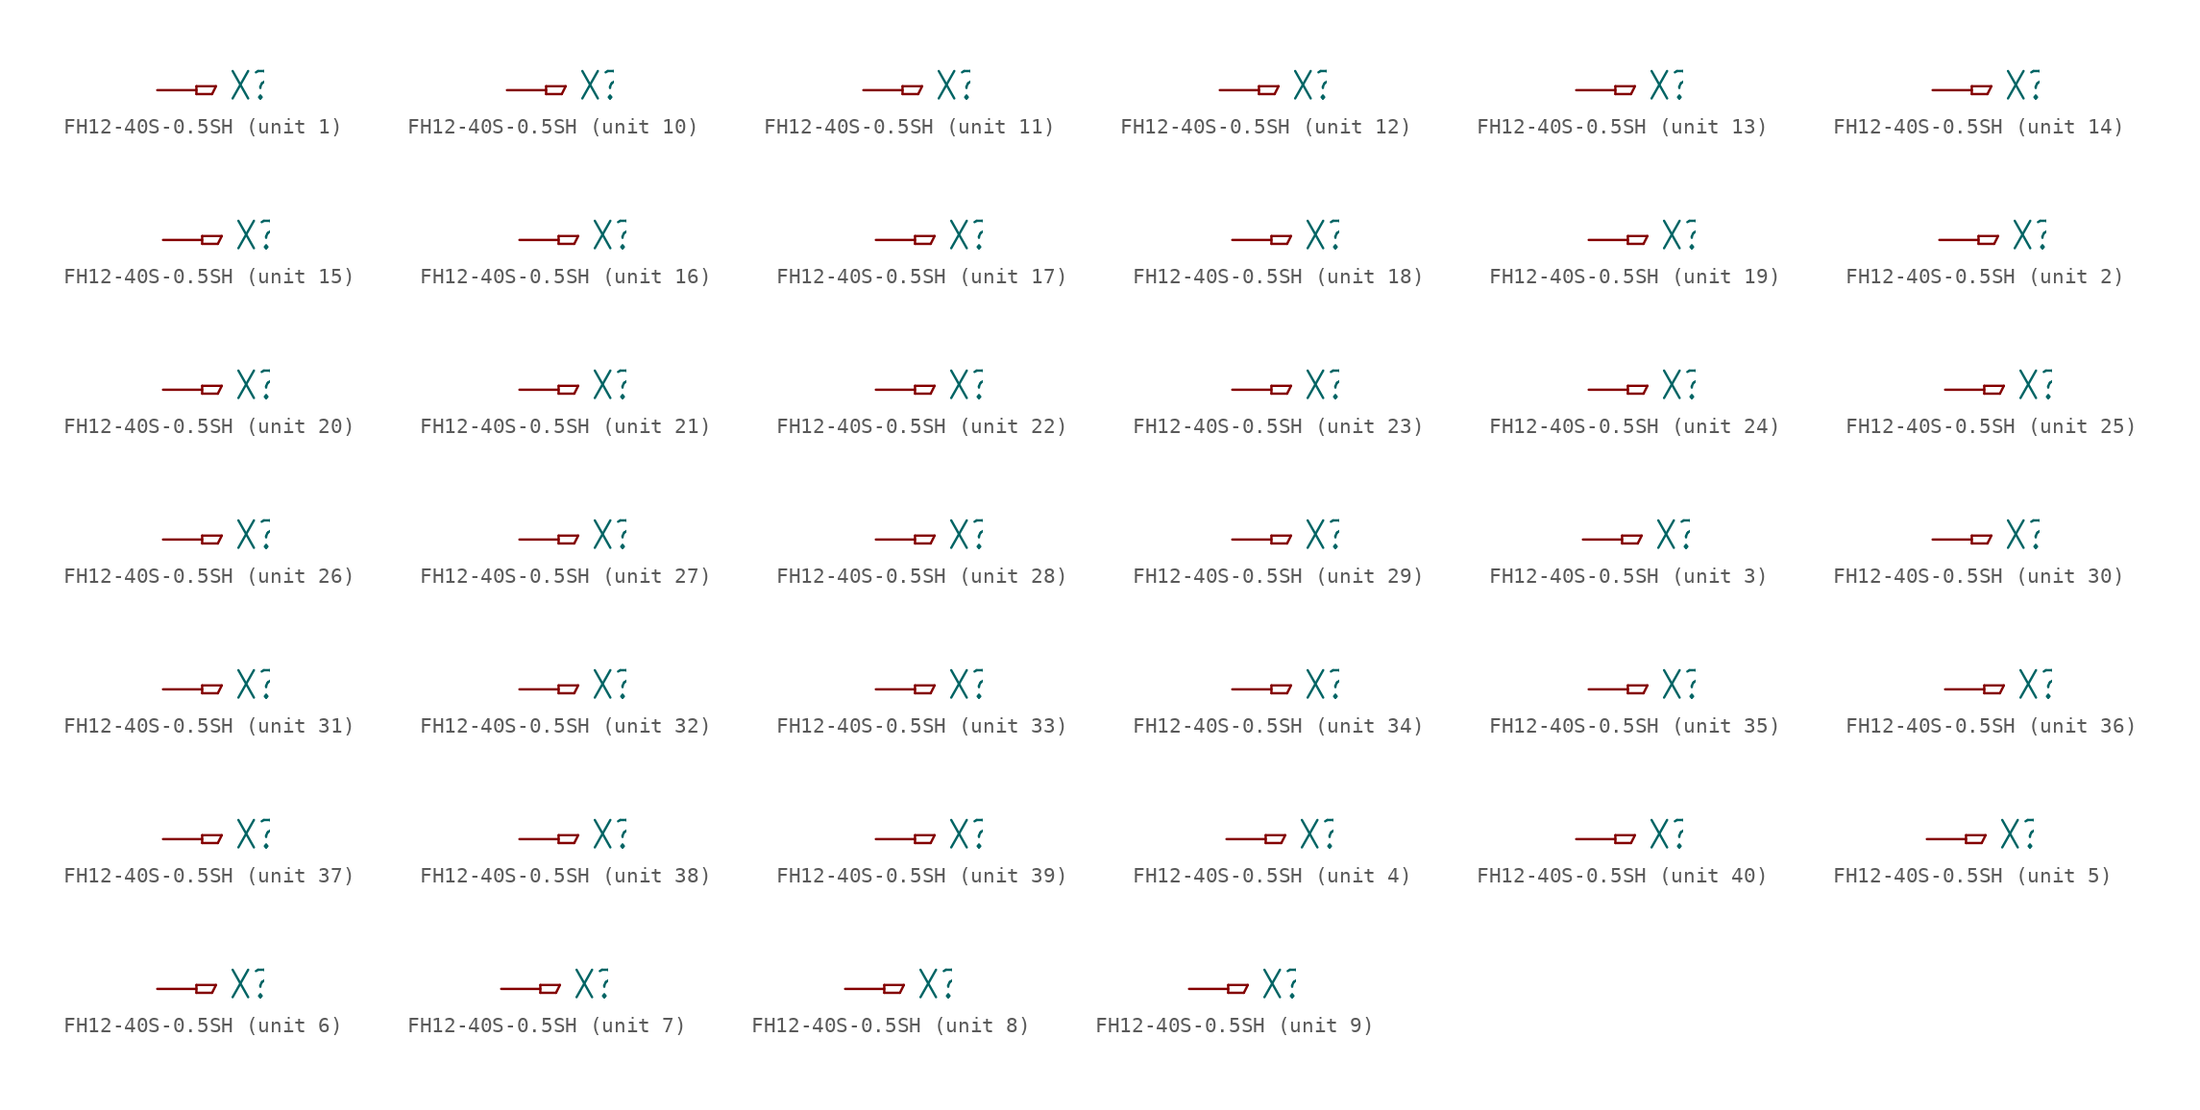
<source format=kicad_sym>
(kicad_symbol_lib
  (version 20211014)
  (generator kicad_symbol_editor)
  (symbol "FH12-40S-0.5SH"
    (property "Reference" "X"
      (at 2.032 -0.762 0)
      (effects (font (size 1.778 1.511)) (justify left bottom)))
    (property "ki_locked" ""
      (at 0 0 0)
      (effects (font (size 1.27 1.27))))
    (symbol "FH12-40S-0.5SH_1_0"
      (polyline (pts (xy 0 -0.254) (xy 1.016 -0.254)) (stroke (width 0.152) (type default) (color 0 0 0 0)) (fill (type none)))
      (polyline (pts (xy 0 0.254) (xy 0 -0.254)) (stroke (width 0.152) (type default) (color 0 0 0 0)) (fill (type none)))
      (polyline (pts (xy 1.016 -0.254) (xy 1.27 0.254)) (stroke (width 0.152) (type default) (color 0 0 0 0)) (fill (type none)))
      (polyline (pts (xy 1.27 0.254) (xy 0 0.254)) (stroke (width 0.152) (type default) (color 0 0 0 0)) (fill (type none)))
      (pin passive line (at -2.54 0 0) (length 2.54) (name "1" (effects (font (size 0 0)))) (number "1" (effects (font (size 0 0))))))
    (symbol "FH12-40S-0.5SH_2_0"
      (polyline (pts (xy 0 -0.254) (xy 1.016 -0.254)) (stroke (width 0.152) (type default) (color 0 0 0 0)) (fill (type none)))
      (polyline (pts (xy 0 0.254) (xy 0 -0.254)) (stroke (width 0.152) (type default) (color 0 0 0 0)) (fill (type none)))
      (polyline (pts (xy 1.016 -0.254) (xy 1.27 0.254)) (stroke (width 0.152) (type default) (color 0 0 0 0)) (fill (type none)))
      (polyline (pts (xy 1.27 0.254) (xy 0 0.254)) (stroke (width 0.152) (type default) (color 0 0 0 0)) (fill (type none)))
      (pin passive line (at -2.54 0 0) (length 2.54) (name "1" (effects (font (size 0 0)))) (number "2" (effects (font (size 0 0))))))
    (symbol "FH12-40S-0.5SH_3_0"
      (polyline (pts (xy 0 -0.254) (xy 1.016 -0.254)) (stroke (width 0.152) (type default) (color 0 0 0 0)) (fill (type none)))
      (polyline (pts (xy 0 0.254) (xy 0 -0.254)) (stroke (width 0.152) (type default) (color 0 0 0 0)) (fill (type none)))
      (polyline (pts (xy 1.016 -0.254) (xy 1.27 0.254)) (stroke (width 0.152) (type default) (color 0 0 0 0)) (fill (type none)))
      (polyline (pts (xy 1.27 0.254) (xy 0 0.254)) (stroke (width 0.152) (type default) (color 0 0 0 0)) (fill (type none)))
      (pin passive line (at -2.54 0 0) (length 2.54) (name "1" (effects (font (size 0 0)))) (number "3" (effects (font (size 0 0))))))
    (symbol "FH12-40S-0.5SH_4_0"
      (polyline (pts (xy 0 -0.254) (xy 1.016 -0.254)) (stroke (width 0.152) (type default) (color 0 0 0 0)) (fill (type none)))
      (polyline (pts (xy 0 0.254) (xy 0 -0.254)) (stroke (width 0.152) (type default) (color 0 0 0 0)) (fill (type none)))
      (polyline (pts (xy 1.016 -0.254) (xy 1.27 0.254)) (stroke (width 0.152) (type default) (color 0 0 0 0)) (fill (type none)))
      (polyline (pts (xy 1.27 0.254) (xy 0 0.254)) (stroke (width 0.152) (type default) (color 0 0 0 0)) (fill (type none)))
      (pin passive line (at -2.54 0 0) (length 2.54) (name "1" (effects (font (size 0 0)))) (number "4" (effects (font (size 0 0))))))
    (symbol "FH12-40S-0.5SH_5_0"
      (polyline (pts (xy 0 -0.254) (xy 1.016 -0.254)) (stroke (width 0.152) (type default) (color 0 0 0 0)) (fill (type none)))
      (polyline (pts (xy 0 0.254) (xy 0 -0.254)) (stroke (width 0.152) (type default) (color 0 0 0 0)) (fill (type none)))
      (polyline (pts (xy 1.016 -0.254) (xy 1.27 0.254)) (stroke (width 0.152) (type default) (color 0 0 0 0)) (fill (type none)))
      (polyline (pts (xy 1.27 0.254) (xy 0 0.254)) (stroke (width 0.152) (type default) (color 0 0 0 0)) (fill (type none)))
      (pin passive line (at -2.54 0 0) (length 2.54) (name "1" (effects (font (size 0 0)))) (number "5" (effects (font (size 0 0))))))
    (symbol "FH12-40S-0.5SH_6_0"
      (polyline (pts (xy 0 -0.254) (xy 1.016 -0.254)) (stroke (width 0.152) (type default) (color 0 0 0 0)) (fill (type none)))
      (polyline (pts (xy 0 0.254) (xy 0 -0.254)) (stroke (width 0.152) (type default) (color 0 0 0 0)) (fill (type none)))
      (polyline (pts (xy 1.016 -0.254) (xy 1.27 0.254)) (stroke (width 0.152) (type default) (color 0 0 0 0)) (fill (type none)))
      (polyline (pts (xy 1.27 0.254) (xy 0 0.254)) (stroke (width 0.152) (type default) (color 0 0 0 0)) (fill (type none)))
      (pin passive line (at -2.54 0 0) (length 2.54) (name "1" (effects (font (size 0 0)))) (number "6" (effects (font (size 0 0))))))
    (symbol "FH12-40S-0.5SH_7_0"
      (polyline (pts (xy 0 -0.254) (xy 1.016 -0.254)) (stroke (width 0.152) (type default) (color 0 0 0 0)) (fill (type none)))
      (polyline (pts (xy 0 0.254) (xy 0 -0.254)) (stroke (width 0.152) (type default) (color 0 0 0 0)) (fill (type none)))
      (polyline (pts (xy 1.016 -0.254) (xy 1.27 0.254)) (stroke (width 0.152) (type default) (color 0 0 0 0)) (fill (type none)))
      (polyline (pts (xy 1.27 0.254) (xy 0 0.254)) (stroke (width 0.152) (type default) (color 0 0 0 0)) (fill (type none)))
      (pin passive line (at -2.54 0 0) (length 2.54) (name "1" (effects (font (size 0 0)))) (number "7" (effects (font (size 0 0))))))
    (symbol "FH12-40S-0.5SH_8_0"
      (polyline (pts (xy 0 -0.254) (xy 1.016 -0.254)) (stroke (width 0.152) (type default) (color 0 0 0 0)) (fill (type none)))
      (polyline (pts (xy 0 0.254) (xy 0 -0.254)) (stroke (width 0.152) (type default) (color 0 0 0 0)) (fill (type none)))
      (polyline (pts (xy 1.016 -0.254) (xy 1.27 0.254)) (stroke (width 0.152) (type default) (color 0 0 0 0)) (fill (type none)))
      (polyline (pts (xy 1.27 0.254) (xy 0 0.254)) (stroke (width 0.152) (type default) (color 0 0 0 0)) (fill (type none)))
      (pin passive line (at -2.54 0 0) (length 2.54) (name "1" (effects (font (size 0 0)))) (number "8" (effects (font (size 0 0))))))
    (symbol "FH12-40S-0.5SH_9_0"
      (polyline (pts (xy 0 -0.254) (xy 1.016 -0.254)) (stroke (width 0.152) (type default) (color 0 0 0 0)) (fill (type none)))
      (polyline (pts (xy 0 0.254) (xy 0 -0.254)) (stroke (width 0.152) (type default) (color 0 0 0 0)) (fill (type none)))
      (polyline (pts (xy 1.016 -0.254) (xy 1.27 0.254)) (stroke (width 0.152) (type default) (color 0 0 0 0)) (fill (type none)))
      (polyline (pts (xy 1.27 0.254) (xy 0 0.254)) (stroke (width 0.152) (type default) (color 0 0 0 0)) (fill (type none)))
      (pin passive line (at -2.54 0 0) (length 2.54) (name "1" (effects (font (size 0 0)))) (number "9" (effects (font (size 0 0))))))
    (symbol "FH12-40S-0.5SH_10_0"
      (polyline (pts (xy 0 -0.254) (xy 1.016 -0.254)) (stroke (width 0.152) (type default) (color 0 0 0 0)) (fill (type none)))
      (polyline (pts (xy 0 0.254) (xy 0 -0.254)) (stroke (width 0.152) (type default) (color 0 0 0 0)) (fill (type none)))
      (polyline (pts (xy 1.016 -0.254) (xy 1.27 0.254)) (stroke (width 0.152) (type default) (color 0 0 0 0)) (fill (type none)))
      (polyline (pts (xy 1.27 0.254) (xy 0 0.254)) (stroke (width 0.152) (type default) (color 0 0 0 0)) (fill (type none)))
      (pin passive line (at -2.54 0 0) (length 2.54) (name "1" (effects (font (size 0 0)))) (number "10" (effects (font (size 0 0))))))
    (symbol "FH12-40S-0.5SH_11_0"
      (polyline (pts (xy 0 -0.254) (xy 1.016 -0.254)) (stroke (width 0.152) (type default) (color 0 0 0 0)) (fill (type none)))
      (polyline (pts (xy 0 0.254) (xy 0 -0.254)) (stroke (width 0.152) (type default) (color 0 0 0 0)) (fill (type none)))
      (polyline (pts (xy 1.016 -0.254) (xy 1.27 0.254)) (stroke (width 0.152) (type default) (color 0 0 0 0)) (fill (type none)))
      (polyline (pts (xy 1.27 0.254) (xy 0 0.254)) (stroke (width 0.152) (type default) (color 0 0 0 0)) (fill (type none)))
      (pin passive line (at -2.54 0 0) (length 2.54) (name "1" (effects (font (size 0 0)))) (number "11" (effects (font (size 0 0))))))
    (symbol "FH12-40S-0.5SH_12_0"
      (polyline (pts (xy 0 -0.254) (xy 1.016 -0.254)) (stroke (width 0.152) (type default) (color 0 0 0 0)) (fill (type none)))
      (polyline (pts (xy 0 0.254) (xy 0 -0.254)) (stroke (width 0.152) (type default) (color 0 0 0 0)) (fill (type none)))
      (polyline (pts (xy 1.016 -0.254) (xy 1.27 0.254)) (stroke (width 0.152) (type default) (color 0 0 0 0)) (fill (type none)))
      (polyline (pts (xy 1.27 0.254) (xy 0 0.254)) (stroke (width 0.152) (type default) (color 0 0 0 0)) (fill (type none)))
      (pin passive line (at -2.54 0 0) (length 2.54) (name "1" (effects (font (size 0 0)))) (number "12" (effects (font (size 0 0))))))
    (symbol "FH12-40S-0.5SH_13_0"
      (polyline (pts (xy 0 -0.254) (xy 1.016 -0.254)) (stroke (width 0.152) (type default) (color 0 0 0 0)) (fill (type none)))
      (polyline (pts (xy 0 0.254) (xy 0 -0.254)) (stroke (width 0.152) (type default) (color 0 0 0 0)) (fill (type none)))
      (polyline (pts (xy 1.016 -0.254) (xy 1.27 0.254)) (stroke (width 0.152) (type default) (color 0 0 0 0)) (fill (type none)))
      (polyline (pts (xy 1.27 0.254) (xy 0 0.254)) (stroke (width 0.152) (type default) (color 0 0 0 0)) (fill (type none)))
      (pin passive line (at -2.54 0 0) (length 2.54) (name "1" (effects (font (size 0 0)))) (number "13" (effects (font (size 0 0))))))
    (symbol "FH12-40S-0.5SH_14_0"
      (polyline (pts (xy 0 -0.254) (xy 1.016 -0.254)) (stroke (width 0.152) (type default) (color 0 0 0 0)) (fill (type none)))
      (polyline (pts (xy 0 0.254) (xy 0 -0.254)) (stroke (width 0.152) (type default) (color 0 0 0 0)) (fill (type none)))
      (polyline (pts (xy 1.016 -0.254) (xy 1.27 0.254)) (stroke (width 0.152) (type default) (color 0 0 0 0)) (fill (type none)))
      (polyline (pts (xy 1.27 0.254) (xy 0 0.254)) (stroke (width 0.152) (type default) (color 0 0 0 0)) (fill (type none)))
      (pin passive line (at -2.54 0 0) (length 2.54) (name "1" (effects (font (size 0 0)))) (number "14" (effects (font (size 0 0))))))
    (symbol "FH12-40S-0.5SH_15_0"
      (polyline (pts (xy 0 -0.254) (xy 1.016 -0.254)) (stroke (width 0.152) (type default) (color 0 0 0 0)) (fill (type none)))
      (polyline (pts (xy 0 0.254) (xy 0 -0.254)) (stroke (width 0.152) (type default) (color 0 0 0 0)) (fill (type none)))
      (polyline (pts (xy 1.016 -0.254) (xy 1.27 0.254)) (stroke (width 0.152) (type default) (color 0 0 0 0)) (fill (type none)))
      (polyline (pts (xy 1.27 0.254) (xy 0 0.254)) (stroke (width 0.152) (type default) (color 0 0 0 0)) (fill (type none)))
      (pin passive line (at -2.54 0 0) (length 2.54) (name "1" (effects (font (size 0 0)))) (number "15" (effects (font (size 0 0))))))
    (symbol "FH12-40S-0.5SH_16_0"
      (polyline (pts (xy 0 -0.254) (xy 1.016 -0.254)) (stroke (width 0.152) (type default) (color 0 0 0 0)) (fill (type none)))
      (polyline (pts (xy 0 0.254) (xy 0 -0.254)) (stroke (width 0.152) (type default) (color 0 0 0 0)) (fill (type none)))
      (polyline (pts (xy 1.016 -0.254) (xy 1.27 0.254)) (stroke (width 0.152) (type default) (color 0 0 0 0)) (fill (type none)))
      (polyline (pts (xy 1.27 0.254) (xy 0 0.254)) (stroke (width 0.152) (type default) (color 0 0 0 0)) (fill (type none)))
      (pin passive line (at -2.54 0 0) (length 2.54) (name "1" (effects (font (size 0 0)))) (number "16" (effects (font (size 0 0))))))
    (symbol "FH12-40S-0.5SH_17_0"
      (polyline (pts (xy 0 -0.254) (xy 1.016 -0.254)) (stroke (width 0.152) (type default) (color 0 0 0 0)) (fill (type none)))
      (polyline (pts (xy 0 0.254) (xy 0 -0.254)) (stroke (width 0.152) (type default) (color 0 0 0 0)) (fill (type none)))
      (polyline (pts (xy 1.016 -0.254) (xy 1.27 0.254)) (stroke (width 0.152) (type default) (color 0 0 0 0)) (fill (type none)))
      (polyline (pts (xy 1.27 0.254) (xy 0 0.254)) (stroke (width 0.152) (type default) (color 0 0 0 0)) (fill (type none)))
      (pin passive line (at -2.54 0 0) (length 2.54) (name "1" (effects (font (size 0 0)))) (number "17" (effects (font (size 0 0))))))
    (symbol "FH12-40S-0.5SH_18_0"
      (polyline (pts (xy 0 -0.254) (xy 1.016 -0.254)) (stroke (width 0.152) (type default) (color 0 0 0 0)) (fill (type none)))
      (polyline (pts (xy 0 0.254) (xy 0 -0.254)) (stroke (width 0.152) (type default) (color 0 0 0 0)) (fill (type none)))
      (polyline (pts (xy 1.016 -0.254) (xy 1.27 0.254)) (stroke (width 0.152) (type default) (color 0 0 0 0)) (fill (type none)))
      (polyline (pts (xy 1.27 0.254) (xy 0 0.254)) (stroke (width 0.152) (type default) (color 0 0 0 0)) (fill (type none)))
      (pin passive line (at -2.54 0 0) (length 2.54) (name "1" (effects (font (size 0 0)))) (number "18" (effects (font (size 0 0))))))
    (symbol "FH12-40S-0.5SH_19_0"
      (polyline (pts (xy 0 -0.254) (xy 1.016 -0.254)) (stroke (width 0.152) (type default) (color 0 0 0 0)) (fill (type none)))
      (polyline (pts (xy 0 0.254) (xy 0 -0.254)) (stroke (width 0.152) (type default) (color 0 0 0 0)) (fill (type none)))
      (polyline (pts (xy 1.016 -0.254) (xy 1.27 0.254)) (stroke (width 0.152) (type default) (color 0 0 0 0)) (fill (type none)))
      (polyline (pts (xy 1.27 0.254) (xy 0 0.254)) (stroke (width 0.152) (type default) (color 0 0 0 0)) (fill (type none)))
      (pin passive line (at -2.54 0 0) (length 2.54) (name "1" (effects (font (size 0 0)))) (number "19" (effects (font (size 0 0))))))
    (symbol "FH12-40S-0.5SH_20_0"
      (polyline (pts (xy 0 -0.254) (xy 1.016 -0.254)) (stroke (width 0.152) (type default) (color 0 0 0 0)) (fill (type none)))
      (polyline (pts (xy 0 0.254) (xy 0 -0.254)) (stroke (width 0.152) (type default) (color 0 0 0 0)) (fill (type none)))
      (polyline (pts (xy 1.016 -0.254) (xy 1.27 0.254)) (stroke (width 0.152) (type default) (color 0 0 0 0)) (fill (type none)))
      (polyline (pts (xy 1.27 0.254) (xy 0 0.254)) (stroke (width 0.152) (type default) (color 0 0 0 0)) (fill (type none)))
      (pin passive line (at -2.54 0 0) (length 2.54) (name "1" (effects (font (size 0 0)))) (number "20" (effects (font (size 0 0))))))
    (symbol "FH12-40S-0.5SH_21_0"
      (polyline (pts (xy 0 -0.254) (xy 1.016 -0.254)) (stroke (width 0.152) (type default) (color 0 0 0 0)) (fill (type none)))
      (polyline (pts (xy 0 0.254) (xy 0 -0.254)) (stroke (width 0.152) (type default) (color 0 0 0 0)) (fill (type none)))
      (polyline (pts (xy 1.016 -0.254) (xy 1.27 0.254)) (stroke (width 0.152) (type default) (color 0 0 0 0)) (fill (type none)))
      (polyline (pts (xy 1.27 0.254) (xy 0 0.254)) (stroke (width 0.152) (type default) (color 0 0 0 0)) (fill (type none)))
      (pin passive line (at -2.54 0 0) (length 2.54) (name "1" (effects (font (size 0 0)))) (number "21" (effects (font (size 0 0))))))
    (symbol "FH12-40S-0.5SH_22_0"
      (polyline (pts (xy 0 -0.254) (xy 1.016 -0.254)) (stroke (width 0.152) (type default) (color 0 0 0 0)) (fill (type none)))
      (polyline (pts (xy 0 0.254) (xy 0 -0.254)) (stroke (width 0.152) (type default) (color 0 0 0 0)) (fill (type none)))
      (polyline (pts (xy 1.016 -0.254) (xy 1.27 0.254)) (stroke (width 0.152) (type default) (color 0 0 0 0)) (fill (type none)))
      (polyline (pts (xy 1.27 0.254) (xy 0 0.254)) (stroke (width 0.152) (type default) (color 0 0 0 0)) (fill (type none)))
      (pin passive line (at -2.54 0 0) (length 2.54) (name "1" (effects (font (size 0 0)))) (number "22" (effects (font (size 0 0))))))
    (symbol "FH12-40S-0.5SH_23_0"
      (polyline (pts (xy 0 -0.254) (xy 1.016 -0.254)) (stroke (width 0.152) (type default) (color 0 0 0 0)) (fill (type none)))
      (polyline (pts (xy 0 0.254) (xy 0 -0.254)) (stroke (width 0.152) (type default) (color 0 0 0 0)) (fill (type none)))
      (polyline (pts (xy 1.016 -0.254) (xy 1.27 0.254)) (stroke (width 0.152) (type default) (color 0 0 0 0)) (fill (type none)))
      (polyline (pts (xy 1.27 0.254) (xy 0 0.254)) (stroke (width 0.152) (type default) (color 0 0 0 0)) (fill (type none)))
      (pin passive line (at -2.54 0 0) (length 2.54) (name "1" (effects (font (size 0 0)))) (number "23" (effects (font (size 0 0))))))
    (symbol "FH12-40S-0.5SH_24_0"
      (polyline (pts (xy 0 -0.254) (xy 1.016 -0.254)) (stroke (width 0.152) (type default) (color 0 0 0 0)) (fill (type none)))
      (polyline (pts (xy 0 0.254) (xy 0 -0.254)) (stroke (width 0.152) (type default) (color 0 0 0 0)) (fill (type none)))
      (polyline (pts (xy 1.016 -0.254) (xy 1.27 0.254)) (stroke (width 0.152) (type default) (color 0 0 0 0)) (fill (type none)))
      (polyline (pts (xy 1.27 0.254) (xy 0 0.254)) (stroke (width 0.152) (type default) (color 0 0 0 0)) (fill (type none)))
      (pin passive line (at -2.54 0 0) (length 2.54) (name "1" (effects (font (size 0 0)))) (number "24" (effects (font (size 0 0))))))
    (symbol "FH12-40S-0.5SH_25_0"
      (polyline (pts (xy 0 -0.254) (xy 1.016 -0.254)) (stroke (width 0.152) (type default) (color 0 0 0 0)) (fill (type none)))
      (polyline (pts (xy 0 0.254) (xy 0 -0.254)) (stroke (width 0.152) (type default) (color 0 0 0 0)) (fill (type none)))
      (polyline (pts (xy 1.016 -0.254) (xy 1.27 0.254)) (stroke (width 0.152) (type default) (color 0 0 0 0)) (fill (type none)))
      (polyline (pts (xy 1.27 0.254) (xy 0 0.254)) (stroke (width 0.152) (type default) (color 0 0 0 0)) (fill (type none)))
      (pin passive line (at -2.54 0 0) (length 2.54) (name "1" (effects (font (size 0 0)))) (number "25" (effects (font (size 0 0))))))
    (symbol "FH12-40S-0.5SH_26_0"
      (polyline (pts (xy 0 -0.254) (xy 1.016 -0.254)) (stroke (width 0.152) (type default) (color 0 0 0 0)) (fill (type none)))
      (polyline (pts (xy 0 0.254) (xy 0 -0.254)) (stroke (width 0.152) (type default) (color 0 0 0 0)) (fill (type none)))
      (polyline (pts (xy 1.016 -0.254) (xy 1.27 0.254)) (stroke (width 0.152) (type default) (color 0 0 0 0)) (fill (type none)))
      (polyline (pts (xy 1.27 0.254) (xy 0 0.254)) (stroke (width 0.152) (type default) (color 0 0 0 0)) (fill (type none)))
      (pin passive line (at -2.54 0 0) (length 2.54) (name "1" (effects (font (size 0 0)))) (number "26" (effects (font (size 0 0))))))
    (symbol "FH12-40S-0.5SH_27_0"
      (polyline (pts (xy 0 -0.254) (xy 1.016 -0.254)) (stroke (width 0.152) (type default) (color 0 0 0 0)) (fill (type none)))
      (polyline (pts (xy 0 0.254) (xy 0 -0.254)) (stroke (width 0.152) (type default) (color 0 0 0 0)) (fill (type none)))
      (polyline (pts (xy 1.016 -0.254) (xy 1.27 0.254)) (stroke (width 0.152) (type default) (color 0 0 0 0)) (fill (type none)))
      (polyline (pts (xy 1.27 0.254) (xy 0 0.254)) (stroke (width 0.152) (type default) (color 0 0 0 0)) (fill (type none)))
      (pin passive line (at -2.54 0 0) (length 2.54) (name "1" (effects (font (size 0 0)))) (number "27" (effects (font (size 0 0))))))
    (symbol "FH12-40S-0.5SH_28_0"
      (polyline (pts (xy 0 -0.254) (xy 1.016 -0.254)) (stroke (width 0.152) (type default) (color 0 0 0 0)) (fill (type none)))
      (polyline (pts (xy 0 0.254) (xy 0 -0.254)) (stroke (width 0.152) (type default) (color 0 0 0 0)) (fill (type none)))
      (polyline (pts (xy 1.016 -0.254) (xy 1.27 0.254)) (stroke (width 0.152) (type default) (color 0 0 0 0)) (fill (type none)))
      (polyline (pts (xy 1.27 0.254) (xy 0 0.254)) (stroke (width 0.152) (type default) (color 0 0 0 0)) (fill (type none)))
      (pin passive line (at -2.54 0 0) (length 2.54) (name "1" (effects (font (size 0 0)))) (number "28" (effects (font (size 0 0))))))
    (symbol "FH12-40S-0.5SH_29_0"
      (polyline (pts (xy 0 -0.254) (xy 1.016 -0.254)) (stroke (width 0.152) (type default) (color 0 0 0 0)) (fill (type none)))
      (polyline (pts (xy 0 0.254) (xy 0 -0.254)) (stroke (width 0.152) (type default) (color 0 0 0 0)) (fill (type none)))
      (polyline (pts (xy 1.016 -0.254) (xy 1.27 0.254)) (stroke (width 0.152) (type default) (color 0 0 0 0)) (fill (type none)))
      (polyline (pts (xy 1.27 0.254) (xy 0 0.254)) (stroke (width 0.152) (type default) (color 0 0 0 0)) (fill (type none)))
      (pin passive line (at -2.54 0 0) (length 2.54) (name "1" (effects (font (size 0 0)))) (number "29" (effects (font (size 0 0))))))
    (symbol "FH12-40S-0.5SH_30_0"
      (polyline (pts (xy 0 -0.254) (xy 1.016 -0.254)) (stroke (width 0.152) (type default) (color 0 0 0 0)) (fill (type none)))
      (polyline (pts (xy 0 0.254) (xy 0 -0.254)) (stroke (width 0.152) (type default) (color 0 0 0 0)) (fill (type none)))
      (polyline (pts (xy 1.016 -0.254) (xy 1.27 0.254)) (stroke (width 0.152) (type default) (color 0 0 0 0)) (fill (type none)))
      (polyline (pts (xy 1.27 0.254) (xy 0 0.254)) (stroke (width 0.152) (type default) (color 0 0 0 0)) (fill (type none)))
      (pin passive line (at -2.54 0 0) (length 2.54) (name "1" (effects (font (size 0 0)))) (number "30" (effects (font (size 0 0))))))
    (symbol "FH12-40S-0.5SH_31_0"
      (polyline (pts (xy 0 -0.254) (xy 1.016 -0.254)) (stroke (width 0.152) (type default) (color 0 0 0 0)) (fill (type none)))
      (polyline (pts (xy 0 0.254) (xy 0 -0.254)) (stroke (width 0.152) (type default) (color 0 0 0 0)) (fill (type none)))
      (polyline (pts (xy 1.016 -0.254) (xy 1.27 0.254)) (stroke (width 0.152) (type default) (color 0 0 0 0)) (fill (type none)))
      (polyline (pts (xy 1.27 0.254) (xy 0 0.254)) (stroke (width 0.152) (type default) (color 0 0 0 0)) (fill (type none)))
      (pin passive line (at -2.54 0 0) (length 2.54) (name "1" (effects (font (size 0 0)))) (number "31" (effects (font (size 0 0))))))
    (symbol "FH12-40S-0.5SH_32_0"
      (polyline (pts (xy 0 -0.254) (xy 1.016 -0.254)) (stroke (width 0.152) (type default) (color 0 0 0 0)) (fill (type none)))
      (polyline (pts (xy 0 0.254) (xy 0 -0.254)) (stroke (width 0.152) (type default) (color 0 0 0 0)) (fill (type none)))
      (polyline (pts (xy 1.016 -0.254) (xy 1.27 0.254)) (stroke (width 0.152) (type default) (color 0 0 0 0)) (fill (type none)))
      (polyline (pts (xy 1.27 0.254) (xy 0 0.254)) (stroke (width 0.152) (type default) (color 0 0 0 0)) (fill (type none)))
      (pin passive line (at -2.54 0 0) (length 2.54) (name "1" (effects (font (size 0 0)))) (number "32" (effects (font (size 0 0))))))
    (symbol "FH12-40S-0.5SH_33_0"
      (polyline (pts (xy 0 -0.254) (xy 1.016 -0.254)) (stroke (width 0.152) (type default) (color 0 0 0 0)) (fill (type none)))
      (polyline (pts (xy 0 0.254) (xy 0 -0.254)) (stroke (width 0.152) (type default) (color 0 0 0 0)) (fill (type none)))
      (polyline (pts (xy 1.016 -0.254) (xy 1.27 0.254)) (stroke (width 0.152) (type default) (color 0 0 0 0)) (fill (type none)))
      (polyline (pts (xy 1.27 0.254) (xy 0 0.254)) (stroke (width 0.152) (type default) (color 0 0 0 0)) (fill (type none)))
      (pin passive line (at -2.54 0 0) (length 2.54) (name "1" (effects (font (size 0 0)))) (number "33" (effects (font (size 0 0))))))
    (symbol "FH12-40S-0.5SH_34_0"
      (polyline (pts (xy 0 -0.254) (xy 1.016 -0.254)) (stroke (width 0.152) (type default) (color 0 0 0 0)) (fill (type none)))
      (polyline (pts (xy 0 0.254) (xy 0 -0.254)) (stroke (width 0.152) (type default) (color 0 0 0 0)) (fill (type none)))
      (polyline (pts (xy 1.016 -0.254) (xy 1.27 0.254)) (stroke (width 0.152) (type default) (color 0 0 0 0)) (fill (type none)))
      (polyline (pts (xy 1.27 0.254) (xy 0 0.254)) (stroke (width 0.152) (type default) (color 0 0 0 0)) (fill (type none)))
      (pin passive line (at -2.54 0 0) (length 2.54) (name "1" (effects (font (size 0 0)))) (number "34" (effects (font (size 0 0))))))
    (symbol "FH12-40S-0.5SH_35_0"
      (polyline (pts (xy 0 -0.254) (xy 1.016 -0.254)) (stroke (width 0.152) (type default) (color 0 0 0 0)) (fill (type none)))
      (polyline (pts (xy 0 0.254) (xy 0 -0.254)) (stroke (width 0.152) (type default) (color 0 0 0 0)) (fill (type none)))
      (polyline (pts (xy 1.016 -0.254) (xy 1.27 0.254)) (stroke (width 0.152) (type default) (color 0 0 0 0)) (fill (type none)))
      (polyline (pts (xy 1.27 0.254) (xy 0 0.254)) (stroke (width 0.152) (type default) (color 0 0 0 0)) (fill (type none)))
      (pin passive line (at -2.54 0 0) (length 2.54) (name "1" (effects (font (size 0 0)))) (number "35" (effects (font (size 0 0))))))
    (symbol "FH12-40S-0.5SH_36_0"
      (polyline (pts (xy 0 -0.254) (xy 1.016 -0.254)) (stroke (width 0.152) (type default) (color 0 0 0 0)) (fill (type none)))
      (polyline (pts (xy 0 0.254) (xy 0 -0.254)) (stroke (width 0.152) (type default) (color 0 0 0 0)) (fill (type none)))
      (polyline (pts (xy 1.016 -0.254) (xy 1.27 0.254)) (stroke (width 0.152) (type default) (color 0 0 0 0)) (fill (type none)))
      (polyline (pts (xy 1.27 0.254) (xy 0 0.254)) (stroke (width 0.152) (type default) (color 0 0 0 0)) (fill (type none)))
      (pin passive line (at -2.54 0 0) (length 2.54) (name "1" (effects (font (size 0 0)))) (number "36" (effects (font (size 0 0))))))
    (symbol "FH12-40S-0.5SH_37_0"
      (polyline (pts (xy 0 -0.254) (xy 1.016 -0.254)) (stroke (width 0.152) (type default) (color 0 0 0 0)) (fill (type none)))
      (polyline (pts (xy 0 0.254) (xy 0 -0.254)) (stroke (width 0.152) (type default) (color 0 0 0 0)) (fill (type none)))
      (polyline (pts (xy 1.016 -0.254) (xy 1.27 0.254)) (stroke (width 0.152) (type default) (color 0 0 0 0)) (fill (type none)))
      (polyline (pts (xy 1.27 0.254) (xy 0 0.254)) (stroke (width 0.152) (type default) (color 0 0 0 0)) (fill (type none)))
      (pin passive line (at -2.54 0 0) (length 2.54) (name "1" (effects (font (size 0 0)))) (number "37" (effects (font (size 0 0))))))
    (symbol "FH12-40S-0.5SH_38_0"
      (polyline (pts (xy 0 -0.254) (xy 1.016 -0.254)) (stroke (width 0.152) (type default) (color 0 0 0 0)) (fill (type none)))
      (polyline (pts (xy 0 0.254) (xy 0 -0.254)) (stroke (width 0.152) (type default) (color 0 0 0 0)) (fill (type none)))
      (polyline (pts (xy 1.016 -0.254) (xy 1.27 0.254)) (stroke (width 0.152) (type default) (color 0 0 0 0)) (fill (type none)))
      (polyline (pts (xy 1.27 0.254) (xy 0 0.254)) (stroke (width 0.152) (type default) (color 0 0 0 0)) (fill (type none)))
      (pin passive line (at -2.54 0 0) (length 2.54) (name "1" (effects (font (size 0 0)))) (number "38" (effects (font (size 0 0))))))
    (symbol "FH12-40S-0.5SH_39_0"
      (polyline (pts (xy 0 -0.254) (xy 1.016 -0.254)) (stroke (width 0.152) (type default) (color 0 0 0 0)) (fill (type none)))
      (polyline (pts (xy 0 0.254) (xy 0 -0.254)) (stroke (width 0.152) (type default) (color 0 0 0 0)) (fill (type none)))
      (polyline (pts (xy 1.016 -0.254) (xy 1.27 0.254)) (stroke (width 0.152) (type default) (color 0 0 0 0)) (fill (type none)))
      (polyline (pts (xy 1.27 0.254) (xy 0 0.254)) (stroke (width 0.152) (type default) (color 0 0 0 0)) (fill (type none)))
      (pin passive line (at -2.54 0 0) (length 2.54) (name "1" (effects (font (size 0 0)))) (number "39" (effects (font (size 0 0))))))
    (symbol "FH12-40S-0.5SH_40_0"
      (polyline (pts (xy 0 -0.254) (xy 1.016 -0.254)) (stroke (width 0.152) (type default) (color 0 0 0 0)) (fill (type none)))
      (polyline (pts (xy 0 0.254) (xy 0 -0.254)) (stroke (width 0.152) (type default) (color 0 0 0 0)) (fill (type none)))
      (polyline (pts (xy 1.016 -0.254) (xy 1.27 0.254)) (stroke (width 0.152) (type default) (color 0 0 0 0)) (fill (type none)))
      (polyline (pts (xy 1.27 0.254) (xy 0 0.254)) (stroke (width 0.152) (type default) (color 0 0 0 0)) (fill (type none)))
      (pin passive line (at -2.54 0 0) (length 2.54) (name "1" (effects (font (size 0 0)))) (number "40" (effects (font (size 0 0))))))))
</source>
